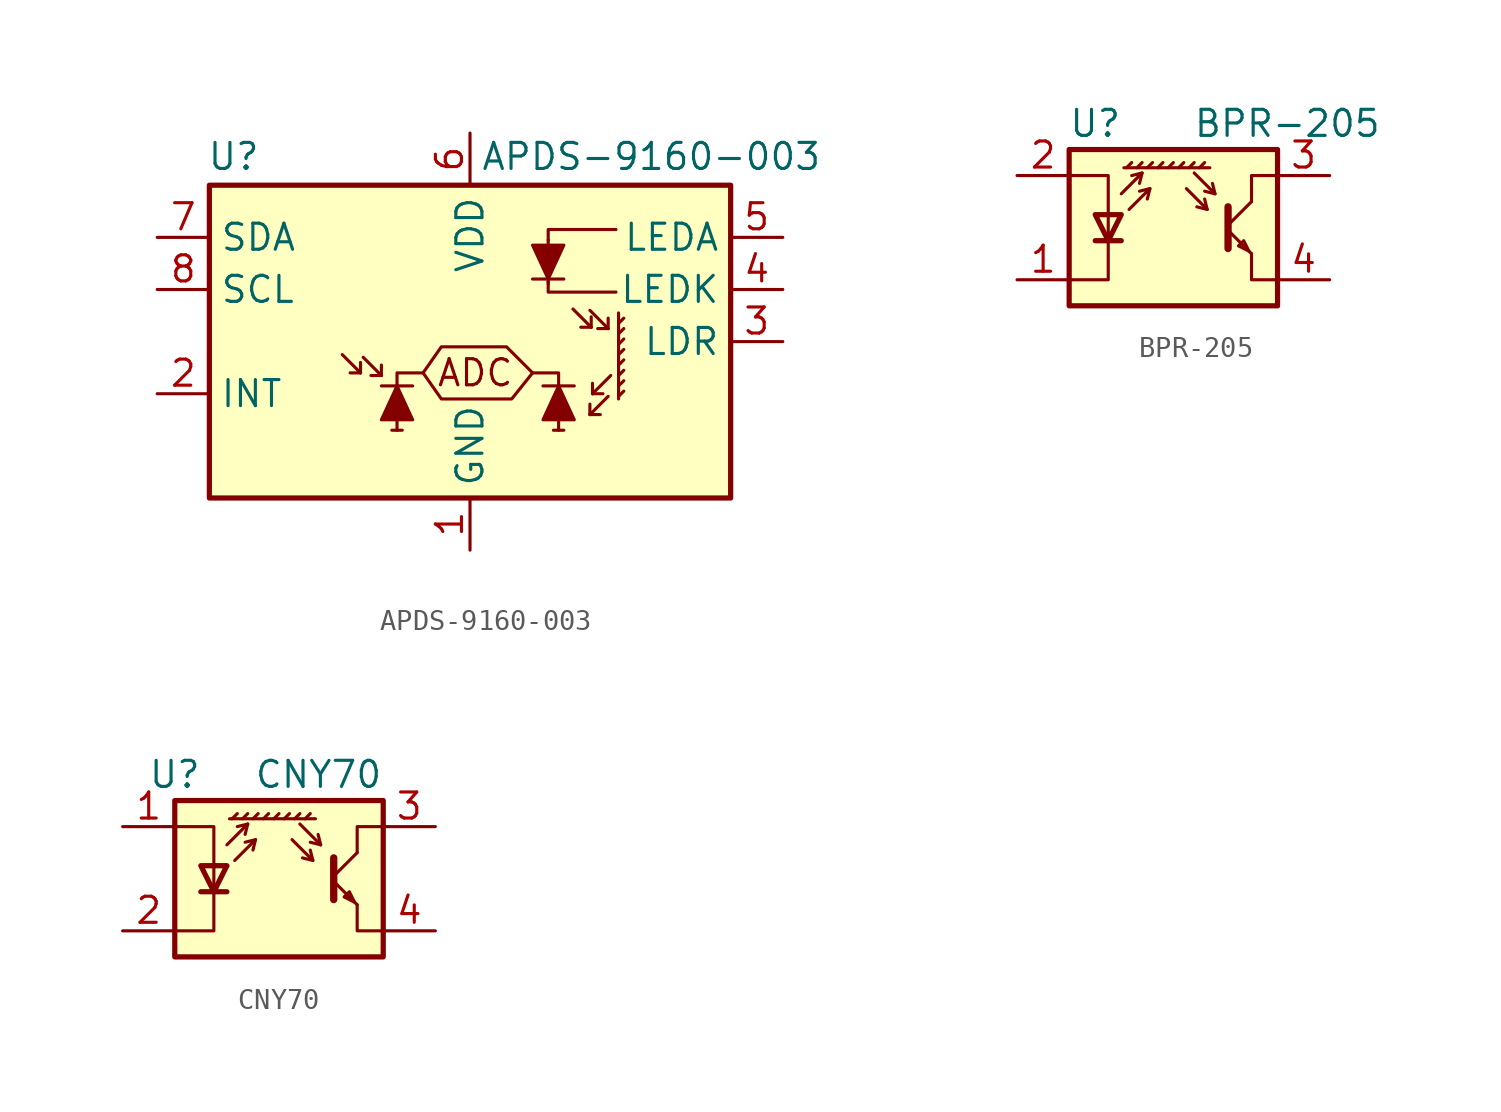
<source format=kicad_sym>
(kicad_symbol_lib
  (version 20241209)
  (generator "kicad_symbol_editor")
  (generator_version "9.0")
  (symbol "APDS-9160-003"
    (property "Reference" "U"
      (at -12.827 9.017 0)
      (effects (font (size 1.27 1.27)) (justify left)))
    (property "Value" "APDS-9160-003"
      (at 0.508 9.017 0)
      (effects (font (size 1.27 1.27)) (justify left)))
    (symbol "APDS-9160-003_0_0"
      (polyline (pts (xy 3.048 -1.524) (xy 1.778 -0.254) (xy -1.397 -0.254) (xy -2.286 -1.524) (xy -1.397 -2.794) (xy 2.032 -2.794) (xy 3.048 -1.524)) (stroke (width 0) (type default)) (fill (type none)))
      (text "ADC" (at 0.254 -1.524 0) (effects (font (size 1.27 1.27)))))
    (symbol "APDS-9160-003_0_1"
      (rectangle (start -12.7 7.62) (end 12.7 -7.62) (stroke (width 0.254) (type default)) (fill (type background)))
      (polyline (pts (xy 3.81 2.921) (xy 3.81 2.413) (xy 7.112 2.413)) (stroke (width 0) (type default)) (fill (type none)))
      (polyline (pts (xy 3.81 2.794) (xy 3.81 4.953)) (stroke (width 0) (type default)) (fill (type none)))
      (polyline (pts (xy 7.112 5.461) (xy 3.81 5.461) (xy 3.81 4.953)) (stroke (width 0) (type default)) (fill (type none)))
      (polyline (pts (xy 7.239 1.397) (xy 7.239 -2.794)) (stroke (width 0) (type default)) (fill (type none)))
      (polyline (pts (xy 7.239 0.889) (xy 7.493 1.143)) (stroke (width 0) (type default)) (fill (type none)))
      (polyline (pts (xy 7.239 0.381) (xy 7.493 0.635)) (stroke (width 0) (type default)) (fill (type none)))
      (polyline (pts (xy 7.239 -0.127) (xy 7.493 0.127)) (stroke (width 0) (type default)) (fill (type none)))
      (polyline (pts (xy 7.239 -0.635) (xy 7.493 -0.381)) (stroke (width 0) (type default)) (fill (type none)))
      (polyline (pts (xy 7.239 -1.143) (xy 7.493 -0.889)) (stroke (width 0) (type default)) (fill (type none)))
      (polyline (pts (xy 7.239 -1.651) (xy 7.493 -1.397)) (stroke (width 0) (type default)) (fill (type none)))
      (polyline (pts (xy 7.239 -2.159) (xy 7.493 -1.905)) (stroke (width 0) (type default)) (fill (type none)))
      (polyline (pts (xy 7.239 -2.667) (xy 7.493 -2.413)) (stroke (width 0) (type default)) (fill (type none))))
    (symbol "APDS-9160-003_1_0"
      (polyline (pts (xy -3.556 -4.318) (xy -3.556 -1.524) (xy -2.286 -1.524)) (stroke (width 0) (type default)) (fill (type none)))
      (polyline (pts (xy 4.318 -4.318) (xy 4.318 -1.524) (xy 3.048 -1.524)) (stroke (width 0) (type default)) (fill (type none))))
    (symbol "APDS-9160-003_1_1"
      (polyline (pts (xy -5.334 -1.524) (xy -6.223 -0.635)) (stroke (width 0) (type default)) (fill (type none)))
      (polyline (pts (xy -5.334 -1.524) (xy -5.842 -1.524)) (stroke (width 0) (type default)) (fill (type none)))
      (polyline (pts (xy -5.334 -1.524) (xy -5.334 -1.016)) (stroke (width 0) (type default)) (fill (type none)))
      (polyline (pts (xy -4.318 -1.651) (xy -5.207 -0.762)) (stroke (width 0) (type default)) (fill (type none)))
      (polyline (pts (xy -4.318 -1.651) (xy -4.826 -1.651)) (stroke (width 0) (type default)) (fill (type none)))
      (polyline (pts (xy -4.318 -1.651) (xy -4.318 -1.143)) (stroke (width 0) (type default)) (fill (type none)))
      (polyline (pts (xy -4.318 -2.159) (xy -2.794 -2.159)) (stroke (width 0) (type default)) (fill (type none)))
      (polyline (pts (xy -4.318 -3.81) (xy -2.794 -3.81) (xy -3.556 -2.159) (xy -4.318 -3.81)) (stroke (width 0) (type default)) (fill (type outline)))
      (polyline (pts (xy -3.302 -4.318) (xy -3.81 -4.318)) (stroke (width 0) (type default)) (fill (type none)))
      (polyline (pts (xy 4.064 -4.318) (xy 4.572 -4.318)) (stroke (width 0) (type default)) (fill (type none)))
      (polyline (pts (xy 4.572 4.699) (xy 3.048 4.699) (xy 3.81 3.048) (xy 4.572 4.699)) (stroke (width 0) (type default)) (fill (type outline)))
      (polyline (pts (xy 4.572 3.048) (xy 3.048 3.048)) (stroke (width 0) (type default)) (fill (type none)))
      (polyline (pts (xy 5.08 -2.159) (xy 3.556 -2.159)) (stroke (width 0) (type default)) (fill (type none)))
      (polyline (pts (xy 5.08 -3.81) (xy 3.556 -3.81) (xy 4.318 -2.159) (xy 5.08 -3.81)) (stroke (width 0) (type default)) (fill (type outline)))
      (polyline (pts (xy 5.842 -3.556) (xy 5.842 -3.048)) (stroke (width 0) (type default)) (fill (type none)))
      (polyline (pts (xy 5.842 -3.556) (xy 6.35 -3.556)) (stroke (width 0) (type default)) (fill (type none)))
      (polyline (pts (xy 5.842 -3.556) (xy 6.731 -2.667)) (stroke (width 0) (type default)) (fill (type none)))
      (polyline (pts (xy 5.905 0.699) (xy 5.016 1.587)) (stroke (width 0) (type default)) (fill (type none)))
      (polyline (pts (xy 5.905 0.699) (xy 5.397 0.699)) (stroke (width 0) (type default)) (fill (type none)))
      (polyline (pts (xy 5.905 0.699) (xy 5.905 1.206)) (stroke (width 0) (type default)) (fill (type none)))
      (polyline (pts (xy 5.969 -2.54) (xy 5.969 -2.032)) (stroke (width 0) (type default)) (fill (type none)))
      (polyline (pts (xy 5.969 -2.54) (xy 6.477 -2.54)) (stroke (width 0) (type default)) (fill (type none)))
      (polyline (pts (xy 5.969 -2.54) (xy 6.858 -1.651)) (stroke (width 0) (type default)) (fill (type none)))
      (polyline (pts (xy 6.731 0.635) (xy 5.842 1.524)) (stroke (width 0) (type default)) (fill (type none)))
      (polyline (pts (xy 6.731 0.635) (xy 6.223 0.635)) (stroke (width 0) (type default)) (fill (type none)))
      (polyline (pts (xy 6.731 0.635) (xy 6.731 1.143)) (stroke (width 0) (type default)) (fill (type none)))
      (pin bidirectional line (at -15.24 5.08 0) (length 2.54) (name "SDA" (effects (font (size 1.27 1.27)))) (number "7" (effects (font (size 1.27 1.27)))))
      (pin input line (at -15.24 2.54 0) (length 2.54) (name "SCL" (effects (font (size 1.27 1.27)))) (number "8" (effects (font (size 1.27 1.27)))))
      (pin open_collector line (at -15.24 -2.54 0) (length 2.54) (name "INT" (effects (font (size 1.27 1.27)))) (number "2" (effects (font (size 1.27 1.27)))))
      (pin power_in line (at 0 10.16 270) (length 2.54) (name "VDD" (effects (font (size 1.27 1.27)))) (number "6" (effects (font (size 1.27 1.27)))))
      (pin power_in line (at 0 -10.16 90) (length 2.54) (name "GND" (effects (font (size 1.27 1.27)))) (number "1" (effects (font (size 1.27 1.27)))))
      (pin input line (at 15.24 5.08 180) (length 2.54) (name "LEDA" (effects (font (size 1.27 1.27)))) (number "5" (effects (font (size 1.27 1.27)))))
      (pin output line (at 15.24 2.54 180) (length 2.54) (name "LEDK" (effects (font (size 1.27 1.27)))) (number "4" (effects (font (size 1.27 1.27)))))
      (pin input line (at 15.24 0 180) (length 2.54) (name "LDR" (effects (font (size 1.27 1.27)))) (number "3" (effects (font (size 1.27 1.27)))))))
  (symbol "BPR-205"
    (pin_names
      (offset 1.016)
      (hide yes))
    (property "Reference" "U"
      (at -3.81 5.08 0)
      (effects (font (size 1.27 1.27))))
    (property "Value" "BPR-205"
      (at 10.16 5.08 0)
      (effects (font (size 1.27 1.27)) (justify right)))
    (symbol "BPR-205_0_1"
      (polyline (pts (xy -5.08 -2.54) (xy -3.175 -2.54) (xy -3.175 2.54) (xy -5.08 2.54)) (stroke (width 0) (type default)) (fill (type none)))
      (polyline (pts (xy -5.08 -3.81) (xy 5.08 -3.81) (xy 5.08 3.81) (xy -5.08 3.81) (xy -5.08 -3.81)) (stroke (width 0.254) (type default)) (fill (type background)))
      (polyline (pts (xy -3.81 -0.635) (xy -2.54 -0.635)) (stroke (width 0.254) (type default)) (fill (type none)))
      (polyline (pts (xy -3.175 -0.635) (xy -3.81 0.635) (xy -2.54 0.635) (xy -3.175 -0.635)) (stroke (width 0.254) (type default)) (fill (type none)))
      (polyline (pts (xy -2.54 1.651) (xy -1.524 2.667) (xy -2.032 2.54)) (stroke (width 0) (type default)) (fill (type none)))
      (polyline (pts (xy -2.286 2.921) (xy -2.032 3.175)) (stroke (width 0) (type default)) (fill (type none)))
      (polyline (pts (xy -2.159 0.889) (xy -1.143 1.905) (xy -1.651 1.778)) (stroke (width 0) (type default)) (fill (type none)))
      (polyline (pts (xy -1.778 2.921) (xy -1.524 3.175)) (stroke (width 0) (type default)) (fill (type none)))
      (polyline (pts (xy -1.524 2.667) (xy -1.651 2.159)) (stroke (width 0) (type default)) (fill (type none)))
      (polyline (pts (xy -1.27 2.921) (xy -1.016 3.175)) (stroke (width 0) (type default)) (fill (type none)))
      (polyline (pts (xy -1.143 1.905) (xy -1.27 1.397)) (stroke (width 0) (type default)) (fill (type none)))
      (polyline (pts (xy -0.762 2.921) (xy -0.508 3.175)) (stroke (width 0) (type default)) (fill (type none)))
      (polyline (pts (xy -0.254 2.921) (xy 0 3.175)) (stroke (width 0) (type default)) (fill (type none)))
      (polyline (pts (xy 0.254 2.921) (xy 0.508 3.175)) (stroke (width 0) (type default)) (fill (type none)))
      (polyline (pts (xy 0.635 1.905) (xy 1.651 0.889) (xy 1.524 1.397)) (stroke (width 0) (type default)) (fill (type none)))
      (polyline (pts (xy 0.762 2.921) (xy 1.016 3.175)) (stroke (width 0) (type default)) (fill (type none)))
      (polyline (pts (xy 1.016 2.667) (xy 2.032 1.651) (xy 1.905 2.159)) (stroke (width 0) (type default)) (fill (type none)))
      (polyline (pts (xy 1.27 2.921) (xy 1.524 3.175)) (stroke (width 0) (type default)) (fill (type none)))
      (polyline (pts (xy 1.651 0.889) (xy 1.143 1.016)) (stroke (width 0) (type default)) (fill (type none)))
      (polyline (pts (xy 1.778 2.921) (xy -2.413 2.921)) (stroke (width 0) (type default)) (fill (type none)))
      (polyline (pts (xy 2.032 1.651) (xy 1.524 1.778)) (stroke (width 0) (type default)) (fill (type none)))
      (polyline (pts (xy 2.667 1.016) (xy 2.667 -1.016) (xy 2.667 -1.016)) (stroke (width 0.356) (type default)) (fill (type none)))
      (polyline (pts (xy 2.667 0.127) (xy 3.81 1.27)) (stroke (width 0) (type default)) (fill (type none)))
      (polyline (pts (xy 2.667 -0.127) (xy 3.81 -1.27)) (stroke (width 0) (type default)) (fill (type none)))
      (polyline (pts (xy 3.683 -1.143) (xy 3.429 -0.635) (xy 3.175 -0.889) (xy 3.683 -1.143)) (stroke (width 0) (type default)) (fill (type none)))
      (polyline (pts (xy 3.81 1.27) (xy 3.81 2.54) (xy 5.08 2.54)) (stroke (width 0) (type default)) (fill (type none)))
      (polyline (pts (xy 3.81 -1.27) (xy 3.81 -2.54) (xy 5.08 -2.54)) (stroke (width 0) (type default)) (fill (type none))))
    (symbol "BPR-205_1_1"
      (pin passive line (at -7.62 2.54 0) (length 2.54) (name "A" (effects (font (size 1.27 1.27)))) (number "2" (effects (font (size 1.27 1.27)))))
      (pin passive line (at -7.62 -2.54 0) (length 2.54) (name "K" (effects (font (size 1.27 1.27)))) (number "1" (effects (font (size 1.27 1.27)))))
      (pin open_collector line (at 7.62 2.54 180) (length 2.54) (name "C" (effects (font (size 1.27 1.27)))) (number "3" (effects (font (size 1.27 1.27)))))
      (pin open_emitter line (at 7.62 -2.54 180) (length 2.54) (name "E" (effects (font (size 1.27 1.27)))) (number "4" (effects (font (size 1.27 1.27)))))))
  (symbol "CNY70"
    (pin_names
      (offset 1.016)
      (hide yes))
    (property "Reference" "U"
      (at -5.08 5.08 0)
      (effects (font (size 1.27 1.27))))
    (property "Value" "CNY70"
      (at 5.08 5.08 0)
      (effects (font (size 1.27 1.27)) (justify right)))
    (symbol "CNY70_0_1"
      (polyline (pts (xy -5.08 -2.54) (xy -3.175 -2.54) (xy -3.175 2.54) (xy -5.08 2.54)) (stroke (width 0) (type default)) (fill (type none)))
      (polyline (pts (xy -5.08 -3.81) (xy 5.08 -3.81) (xy 5.08 3.81) (xy -5.08 3.81) (xy -5.08 -3.81)) (stroke (width 0.254) (type default)) (fill (type background)))
      (polyline (pts (xy -3.81 -0.635) (xy -2.54 -0.635)) (stroke (width 0.254) (type default)) (fill (type none)))
      (polyline (pts (xy -3.175 -0.635) (xy -3.81 0.635) (xy -2.54 0.635) (xy -3.175 -0.635)) (stroke (width 0.254) (type default)) (fill (type none)))
      (polyline (pts (xy -2.54 1.651) (xy -1.524 2.667) (xy -2.032 2.54)) (stroke (width 0) (type default)) (fill (type none)))
      (polyline (pts (xy -2.286 2.921) (xy -2.032 3.175)) (stroke (width 0) (type default)) (fill (type none)))
      (polyline (pts (xy -2.159 0.889) (xy -1.143 1.905) (xy -1.651 1.778)) (stroke (width 0) (type default)) (fill (type none)))
      (polyline (pts (xy -1.778 2.921) (xy -1.524 3.175)) (stroke (width 0) (type default)) (fill (type none)))
      (polyline (pts (xy -1.524 2.667) (xy -1.651 2.159)) (stroke (width 0) (type default)) (fill (type none)))
      (polyline (pts (xy -1.27 2.921) (xy -1.016 3.175)) (stroke (width 0) (type default)) (fill (type none)))
      (polyline (pts (xy -1.143 1.905) (xy -1.27 1.397)) (stroke (width 0) (type default)) (fill (type none)))
      (polyline (pts (xy -0.762 2.921) (xy -0.508 3.175)) (stroke (width 0) (type default)) (fill (type none)))
      (polyline (pts (xy -0.254 2.921) (xy 0 3.175)) (stroke (width 0) (type default)) (fill (type none)))
      (polyline (pts (xy 0.254 2.921) (xy 0.508 3.175)) (stroke (width 0) (type default)) (fill (type none)))
      (polyline (pts (xy 0.635 1.905) (xy 1.651 0.889) (xy 1.524 1.397)) (stroke (width 0) (type default)) (fill (type none)))
      (polyline (pts (xy 0.762 2.921) (xy 1.016 3.175)) (stroke (width 0) (type default)) (fill (type none)))
      (polyline (pts (xy 1.016 2.667) (xy 2.032 1.651) (xy 1.905 2.159)) (stroke (width 0) (type default)) (fill (type none)))
      (polyline (pts (xy 1.27 2.921) (xy 1.524 3.175)) (stroke (width 0) (type default)) (fill (type none)))
      (polyline (pts (xy 1.651 0.889) (xy 1.143 1.016)) (stroke (width 0) (type default)) (fill (type none)))
      (polyline (pts (xy 1.778 2.921) (xy -2.413 2.921)) (stroke (width 0) (type default)) (fill (type none)))
      (polyline (pts (xy 2.032 1.651) (xy 1.524 1.778)) (stroke (width 0) (type default)) (fill (type none)))
      (polyline (pts (xy 2.667 1.016) (xy 2.667 -1.016) (xy 2.667 -1.016)) (stroke (width 0.356) (type default)) (fill (type none)))
      (polyline (pts (xy 2.667 0.127) (xy 3.81 1.27)) (stroke (width 0) (type default)) (fill (type none)))
      (polyline (pts (xy 2.667 -0.127) (xy 3.81 -1.27)) (stroke (width 0) (type default)) (fill (type none)))
      (polyline (pts (xy 3.683 -1.143) (xy 3.429 -0.635) (xy 3.175 -0.889) (xy 3.683 -1.143)) (stroke (width 0) (type default)) (fill (type none)))
      (polyline (pts (xy 3.81 1.27) (xy 3.81 2.54) (xy 5.08 2.54)) (stroke (width 0) (type default)) (fill (type none)))
      (polyline (pts (xy 3.81 -1.27) (xy 3.81 -2.54) (xy 5.08 -2.54)) (stroke (width 0) (type default)) (fill (type none))))
    (symbol "CNY70_1_1"
      (pin passive line (at -7.62 2.54 0) (length 2.54) (name "A" (effects (font (size 1.27 1.27)))) (number "1" (effects (font (size 1.27 1.27)))))
      (pin passive line (at -7.62 -2.54 0) (length 2.54) (name "K" (effects (font (size 1.27 1.27)))) (number "2" (effects (font (size 1.27 1.27)))))
      (pin open_collector line (at 7.62 2.54 180) (length 2.54) (name "C" (effects (font (size 1.27 1.27)))) (number "3" (effects (font (size 1.27 1.27)))))
      (pin open_emitter line (at 7.62 -2.54 180) (length 2.54) (name "E" (effects (font (size 1.27 1.27)))) (number "4" (effects (font (size 1.27 1.27))))))))
</source>
